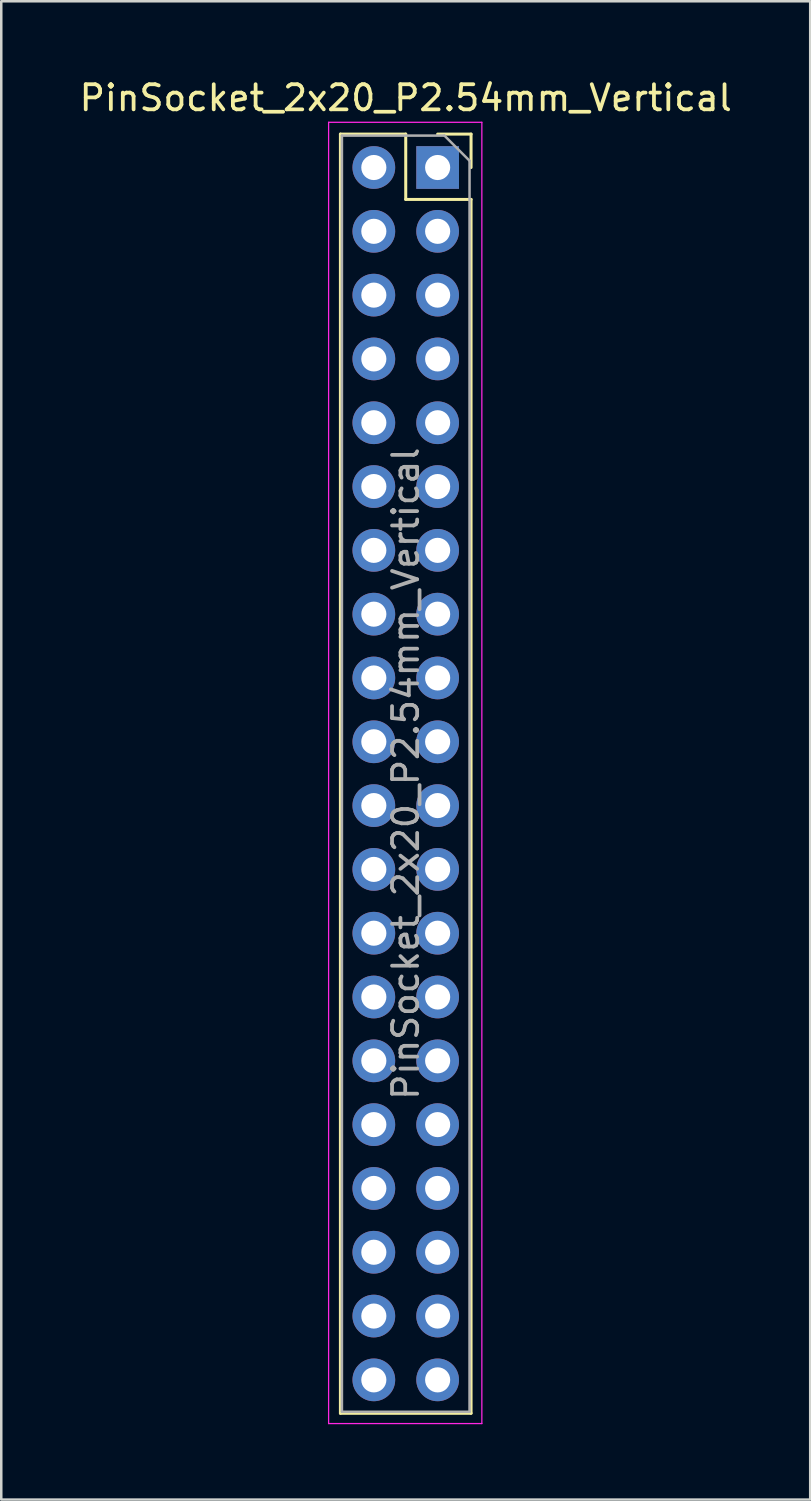
<source format=kicad_pcb>
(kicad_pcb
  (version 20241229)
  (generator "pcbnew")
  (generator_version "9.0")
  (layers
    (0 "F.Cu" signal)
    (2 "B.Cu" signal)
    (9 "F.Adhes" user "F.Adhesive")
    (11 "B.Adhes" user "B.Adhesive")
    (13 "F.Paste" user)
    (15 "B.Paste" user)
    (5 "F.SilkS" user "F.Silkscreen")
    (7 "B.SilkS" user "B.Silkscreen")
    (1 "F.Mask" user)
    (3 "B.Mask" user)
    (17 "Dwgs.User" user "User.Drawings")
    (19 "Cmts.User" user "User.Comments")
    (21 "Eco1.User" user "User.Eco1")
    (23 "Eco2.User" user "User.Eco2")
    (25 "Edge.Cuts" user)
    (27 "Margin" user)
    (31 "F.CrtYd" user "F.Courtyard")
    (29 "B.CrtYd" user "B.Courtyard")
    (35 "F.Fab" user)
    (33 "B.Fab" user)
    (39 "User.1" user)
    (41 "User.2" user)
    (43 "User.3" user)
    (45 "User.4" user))
  (footprint "PinSocket_2x20_P2.54mm_Vertical"
    (layer "F.Cu")
    (at 14.371 3.618)
    (property "Reference" "PinSocket_2x20_P2.54mm_Vertical" (at -1.27 -2.77 0) (layer "F.SilkS") (effects (font (size 1 1) (thickness 0.15))))
    (attr through_hole)
    (fp_line (start -3.87 -1.33) (end -3.87 49.59) (stroke (width 0.12) (type solid)) (layer "F.SilkS"))
    (fp_line (start -3.87 -1.33) (end -1.27 -1.33) (stroke (width 0.12) (type solid)) (layer "F.SilkS"))
    (fp_line (start -3.87 49.59) (end 1.33 49.59) (stroke (width 0.12) (type solid)) (layer "F.SilkS"))
    (fp_line (start -1.27 -1.33) (end -1.27 1.27) (stroke (width 0.12) (type solid)) (layer "F.SilkS"))
    (fp_line (start -1.27 1.27) (end 1.33 1.27) (stroke (width 0.12) (type solid)) (layer "F.SilkS"))
    (fp_line (start 0 -1.33) (end 1.33 -1.33) (stroke (width 0.12) (type solid)) (layer "F.SilkS"))
    (fp_line (start 1.33 -1.33) (end 1.33 0) (stroke (width 0.12) (type solid)) (layer "F.SilkS"))
    (fp_line (start 1.33 1.27) (end 1.33 49.59) (stroke (width 0.12) (type solid)) (layer "F.SilkS"))
    (fp_line (start -4.34 -1.8) (end 1.76 -1.8) (stroke (width 0.05) (type solid)) (layer "F.CrtYd"))
    (fp_line (start -4.34 50) (end -4.34 -1.8) (stroke (width 0.05) (type solid)) (layer "F.CrtYd"))
    (fp_line (start 1.76 -1.8) (end 1.76 50) (stroke (width 0.05) (type solid)) (layer "F.CrtYd"))
    (fp_line (start 1.76 50) (end -4.34 50) (stroke (width 0.05) (type solid)) (layer "F.CrtYd"))
    (fp_line (start -3.81 -1.27) (end 0.27 -1.27) (stroke (width 0.1) (type solid)) (layer "F.Fab"))
    (fp_line (start -3.81 49.53) (end -3.81 -1.27) (stroke (width 0.1) (type solid)) (layer "F.Fab"))
    (fp_line (start 0.27 -1.27) (end 1.27 -0.27) (stroke (width 0.1) (type solid)) (layer "F.Fab"))
    (fp_line (start 1.27 -0.27) (end 1.27 49.53) (stroke (width 0.1) (type solid)) (layer "F.Fab"))
    (fp_line (start 1.27 49.53) (end -3.81 49.53) (stroke (width 0.1) (type solid)) (layer "F.Fab"))
    (fp_text user "${REFERENCE}" (at -1.27 24.13 90) (layer "F.Fab") (effects (font (size 1 1) (thickness 0.15))))
    (pad "1" thru_hole oval (at -2.54 0) (size 1.7 1.7) (drill 1) (layers "*.Cu" "*.Mask"))
    (pad "2" thru_hole rect (at 0 0) (size 1.7 1.7) (drill 1) (layers "*.Cu" "*.Mask"))
    (pad "3" thru_hole oval (at -2.54 2.54) (size 1.7 1.7) (drill 1) (layers "*.Cu" "*.Mask"))
    (pad "4" thru_hole oval (at 0 2.54) (size 1.7 1.7) (drill 1) (layers "*.Cu" "*.Mask"))
    (pad "5" thru_hole oval (at -2.54 5.08) (size 1.7 1.7) (drill 1) (layers "*.Cu" "*.Mask"))
    (pad "6" thru_hole oval (at 0 5.08) (size 1.7 1.7) (drill 1) (layers "*.Cu" "*.Mask"))
    (pad "7" thru_hole oval (at -2.54 7.62) (size 1.7 1.7) (drill 1) (layers "*.Cu" "*.Mask"))
    (pad "8" thru_hole oval (at 0 7.62) (size 1.7 1.7) (drill 1) (layers "*.Cu" "*.Mask"))
    (pad "9" thru_hole oval (at -2.54 10.16) (size 1.7 1.7) (drill 1) (layers "*.Cu" "*.Mask"))
    (pad "10" thru_hole oval (at 0 10.16) (size 1.7 1.7) (drill 1) (layers "*.Cu" "*.Mask"))
    (pad "11" thru_hole oval (at -2.54 12.7) (size 1.7 1.7) (drill 1) (layers "*.Cu" "*.Mask"))
    (pad "12" thru_hole oval (at 0 12.7) (size 1.7 1.7) (drill 1) (layers "*.Cu" "*.Mask"))
    (pad "13" thru_hole oval (at -2.54 15.24) (size 1.7 1.7) (drill 1) (layers "*.Cu" "*.Mask"))
    (pad "14" thru_hole oval (at 0 15.24) (size 1.7 1.7) (drill 1) (layers "*.Cu" "*.Mask"))
    (pad "15" thru_hole oval (at -2.54 17.78) (size 1.7 1.7) (drill 1) (layers "*.Cu" "*.Mask"))
    (pad "16" thru_hole oval (at 0 17.78) (size 1.7 1.7) (drill 1) (layers "*.Cu" "*.Mask"))
    (pad "17" thru_hole oval (at -2.54 20.32) (size 1.7 1.7) (drill 1) (layers "*.Cu" "*.Mask"))
    (pad "18" thru_hole oval (at 0 20.32) (size 1.7 1.7) (drill 1) (layers "*.Cu" "*.Mask"))
    (pad "19" thru_hole oval (at -2.54 22.86) (size 1.7 1.7) (drill 1) (layers "*.Cu" "*.Mask"))
    (pad "20" thru_hole oval (at 0 22.86) (size 1.7 1.7) (drill 1) (layers "*.Cu" "*.Mask"))
    (pad "21" thru_hole oval (at -2.54 25.4) (size 1.7 1.7) (drill 1) (layers "*.Cu" "*.Mask"))
    (pad "22" thru_hole oval (at 0 25.4) (size 1.7 1.7) (drill 1) (layers "*.Cu" "*.Mask"))
    (pad "23" thru_hole oval (at -2.54 27.94) (size 1.7 1.7) (drill 1) (layers "*.Cu" "*.Mask"))
    (pad "24" thru_hole oval (at 0 27.94) (size 1.7 1.7) (drill 1) (layers "*.Cu" "*.Mask"))
    (pad "25" thru_hole oval (at -2.54 30.48) (size 1.7 1.7) (drill 1) (layers "*.Cu" "*.Mask"))
    (pad "26" thru_hole oval (at 0 30.48) (size 1.7 1.7) (drill 1) (layers "*.Cu" "*.Mask"))
    (pad "27" thru_hole oval (at -2.54 33.02) (size 1.7 1.7) (drill 1) (layers "*.Cu" "*.Mask"))
    (pad "28" thru_hole oval (at 0 33.02) (size 1.7 1.7) (drill 1) (layers "*.Cu" "*.Mask"))
    (pad "29" thru_hole oval (at -2.54 35.56) (size 1.7 1.7) (drill 1) (layers "*.Cu" "*.Mask"))
    (pad "30" thru_hole oval (at 0 35.56) (size 1.7 1.7) (drill 1) (layers "*.Cu" "*.Mask"))
    (pad "31" thru_hole oval (at -2.54 38.1) (size 1.7 1.7) (drill 1) (layers "*.Cu" "*.Mask"))
    (pad "32" thru_hole oval (at 0 38.1) (size 1.7 1.7) (drill 1) (layers "*.Cu" "*.Mask"))
    (pad "33" thru_hole oval (at -2.54 40.64) (size 1.7 1.7) (drill 1) (layers "*.Cu" "*.Mask"))
    (pad "34" thru_hole oval (at 0 40.64) (size 1.7 1.7) (drill 1) (layers "*.Cu" "*.Mask"))
    (pad "35" thru_hole oval (at -2.54 43.18) (size 1.7 1.7) (drill 1) (layers "*.Cu" "*.Mask"))
    (pad "36" thru_hole oval (at 0 43.18) (size 1.7 1.7) (drill 1) (layers "*.Cu" "*.Mask"))
    (pad "37" thru_hole oval (at -2.54 45.72) (size 1.7 1.7) (drill 1) (layers "*.Cu" "*.Mask"))
    (pad "38" thru_hole oval (at 0 45.72) (size 1.7 1.7) (drill 1) (layers "*.Cu" "*.Mask"))
    (pad "39" thru_hole oval (at -2.54 48.26) (size 1.7 1.7) (drill 1) (layers "*.Cu" "*.Mask"))
    (pad "40" thru_hole oval (at 0 48.26) (size 1.7 1.7) (drill 1) (layers "*.Cu" "*.Mask")))
  (gr_rect
    (start -3 -3)
    (end 29.202 56.643)
    (stroke (width 0.1) (type default))
    (fill no)
    (layer "Edge.Cuts")))
</source>
